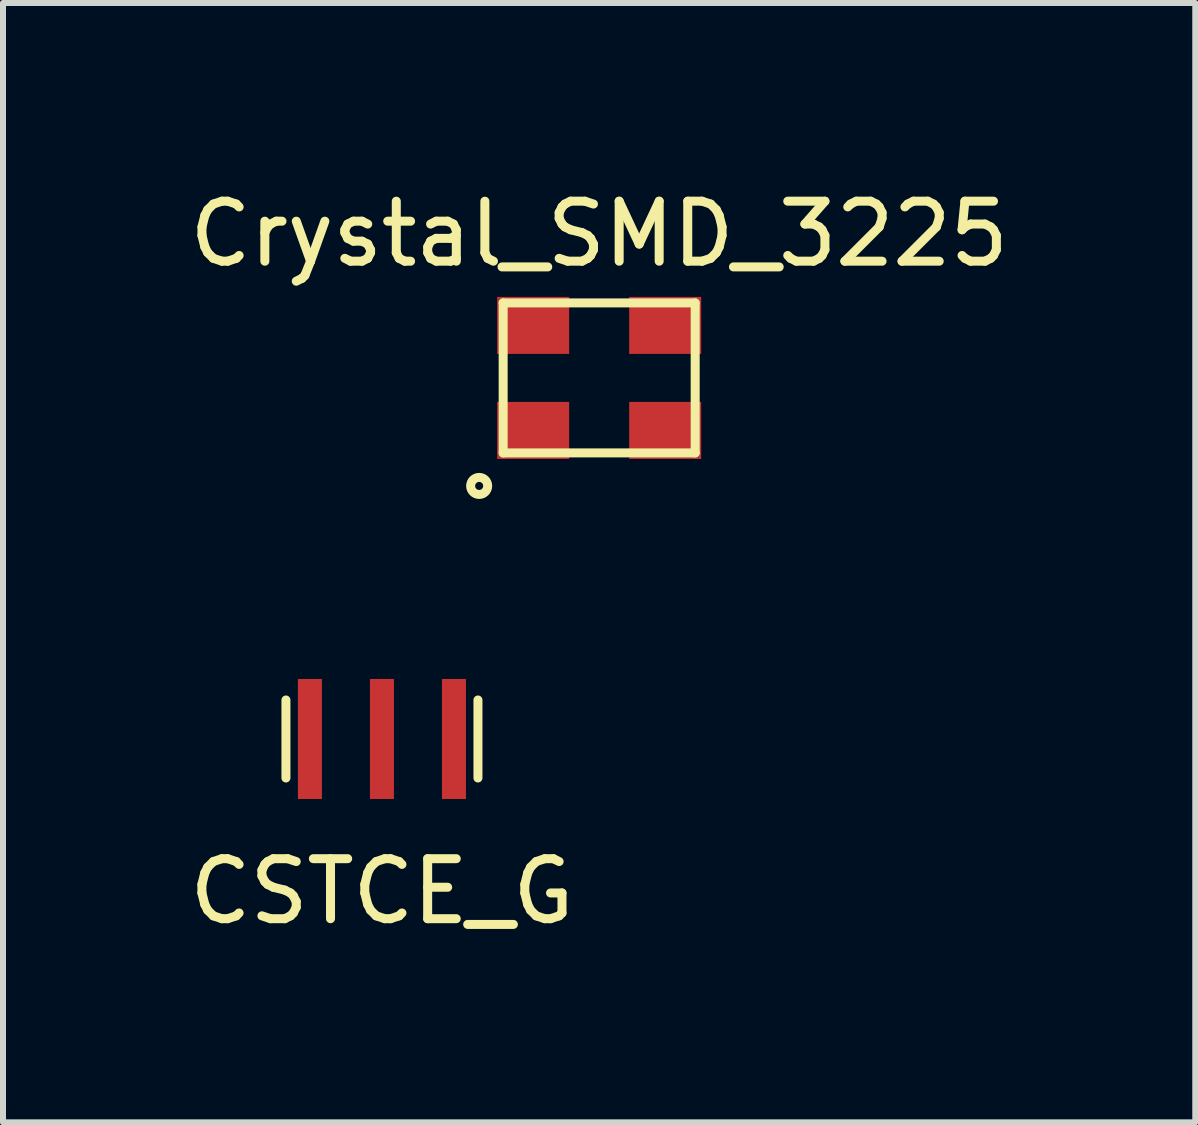
<source format=kicad_pcb>
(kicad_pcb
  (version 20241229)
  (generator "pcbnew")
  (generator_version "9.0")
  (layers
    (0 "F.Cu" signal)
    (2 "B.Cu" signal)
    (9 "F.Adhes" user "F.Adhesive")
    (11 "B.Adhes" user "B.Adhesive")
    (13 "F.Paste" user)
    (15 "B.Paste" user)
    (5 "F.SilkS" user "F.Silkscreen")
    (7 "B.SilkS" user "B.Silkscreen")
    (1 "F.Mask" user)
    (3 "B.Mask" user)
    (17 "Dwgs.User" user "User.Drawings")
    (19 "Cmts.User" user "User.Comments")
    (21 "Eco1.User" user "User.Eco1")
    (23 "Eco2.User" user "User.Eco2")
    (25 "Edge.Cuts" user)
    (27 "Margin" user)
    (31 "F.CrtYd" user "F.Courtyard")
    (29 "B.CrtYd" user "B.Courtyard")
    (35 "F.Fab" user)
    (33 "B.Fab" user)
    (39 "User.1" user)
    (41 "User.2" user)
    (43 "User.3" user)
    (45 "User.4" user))
  (footprint "Crystal_SMD_3225"
    (layer "F.Cu")
    (at 6.935 3.248)
    (property "Reference" "Crystal_SMD_3225" (at 0 -2.4 0) (layer "F.SilkS") (effects (font (size 1 1) (thickness 0.15))))
    (attr smd)
    (fp_line (start -1.6 -1.25) (end -1.6 1.25) (stroke (width 0.15) (type solid)) (layer "F.SilkS"))
    (fp_line (start -1.6 -1.25) (end 1.6 -1.25) (stroke (width 0.15) (type solid)) (layer "F.SilkS"))
    (fp_line (start -1.6 1.25) (end 1.6 1.25) (stroke (width 0.15) (type solid)) (layer "F.SilkS"))
    (fp_line (start 1.6 1.25) (end 1.6 -1.25) (stroke (width 0.15) (type solid)) (layer "F.SilkS"))
    (fp_circle (center -2 1.8) (end -1.898 1.899) (stroke (width 0.15) (type solid)) (fill no) (layer "F.SilkS"))
    (pad "1" smd rect (at -1.1 0.875) (size 1.2 0.95) (layers "F.Cu" "F.Mask" "F.Paste"))
    (pad "2" smd rect (at 1.1 0.875) (size 1.2 0.95) (layers "F.Cu" "F.Mask" "F.Paste"))
    (pad "3" smd rect (at 1.1 -0.875) (size 1.2 0.95) (layers "F.Cu" "F.Mask" "F.Paste"))
    (pad "4" smd rect (at -1.1 -0.875) (size 1.2 0.95) (layers "F.Cu" "F.Mask" "F.Paste")))
  (footprint "CSTCE_G"
    (layer "F.Cu")
    (at 3.315 9.265)
    (property "Reference" "CSTCE_G" (at 0 2.54 0) (layer "F.SilkS") (effects (font (size 1 1) (thickness 0.15))))
    (attr through_hole)
    (fp_line (start -1.6 -0.65) (end -1.6 0.65) (stroke (width 0.15) (type solid)) (layer "F.SilkS"))
    (fp_line (start 1.6 -0.65) (end 1.6 0.65) (stroke (width 0.15) (type solid)) (layer "F.SilkS"))
    (pad "1" smd rect (at -1.2 0 90) (size 2 0.4) (layers "F.Cu" "F.Mask" "F.Paste"))
    (pad "2" smd rect (at 0 0 90) (size 2 0.4) (layers "F.Cu" "F.Mask" "F.Paste"))
    (pad "3" smd rect (at 1.2 0 90) (size 2 0.4) (layers "F.Cu" "F.Mask" "F.Paste")))
  (gr_rect
    (start -3 -3)
    (end 16.869 15.653)
    (stroke (width 0.1) (type default))
    (fill no)
    (layer "Edge.Cuts")))
</source>
